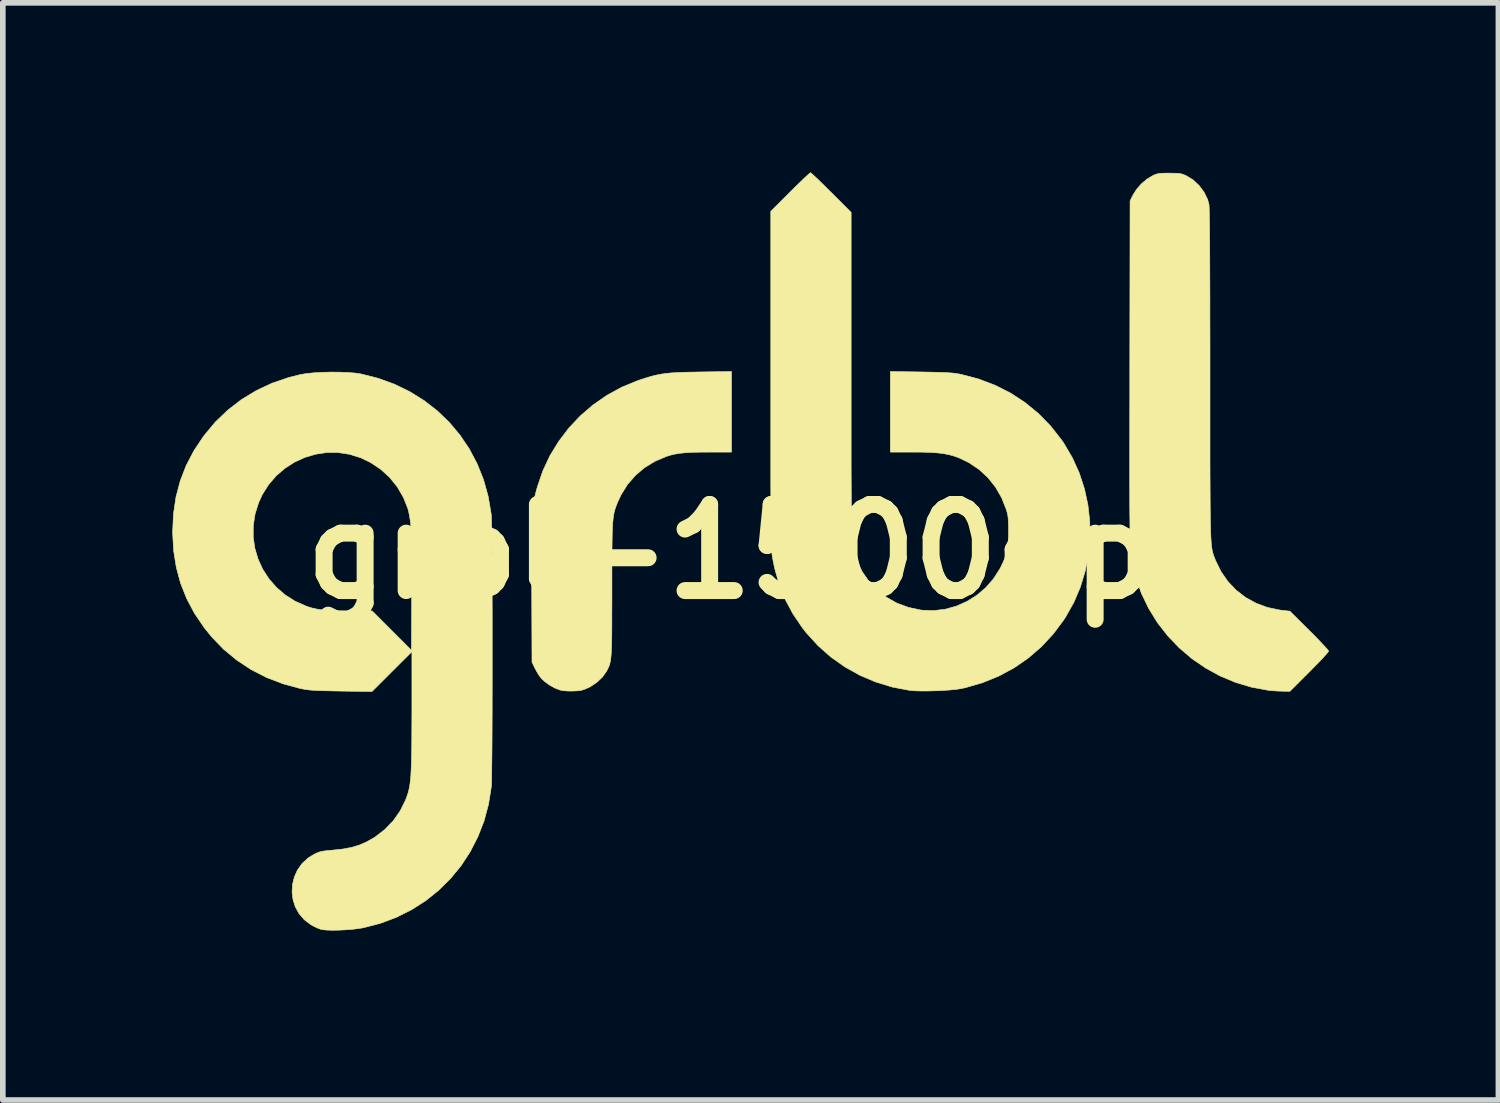
<source format=kicad_pcb>
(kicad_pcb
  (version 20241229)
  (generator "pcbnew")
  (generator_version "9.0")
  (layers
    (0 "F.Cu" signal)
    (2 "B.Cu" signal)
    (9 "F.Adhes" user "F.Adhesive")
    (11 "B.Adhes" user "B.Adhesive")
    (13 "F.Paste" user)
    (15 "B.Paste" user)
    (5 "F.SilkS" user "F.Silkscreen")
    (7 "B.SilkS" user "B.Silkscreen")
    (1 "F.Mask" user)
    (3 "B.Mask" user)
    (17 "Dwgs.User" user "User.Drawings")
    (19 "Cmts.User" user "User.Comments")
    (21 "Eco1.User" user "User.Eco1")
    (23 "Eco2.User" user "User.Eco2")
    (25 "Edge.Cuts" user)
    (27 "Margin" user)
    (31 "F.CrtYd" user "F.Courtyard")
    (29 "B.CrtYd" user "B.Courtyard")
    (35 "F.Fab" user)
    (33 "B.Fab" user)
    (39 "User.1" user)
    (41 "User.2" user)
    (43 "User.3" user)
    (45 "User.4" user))
  (footprint "grbl-1500dpi"
    (layer "F.Cu")
    (at 10.233 6.711)
    (property "Reference" "grbl-1500dpi" (at 0 0 0) (layer "F.SilkS") (effects (font (size 1.524 1.524) (thickness 0.3))))
    (attr through_hole)
    (fp_poly (pts (xy -0.339 -1.761) (xy -0.727 -1.761) (xy -0.895 -1.76) (xy -1.035 -1.757) (xy -1.152 -1.75) (xy -1.251 -1.74) (xy -1.337 -1.726) (xy -1.416 -1.708) (xy -1.492 -1.684) (xy -1.695 -1.598) (xy -1.879 -1.485) (xy -2.041 -1.347) (xy -2.18 -1.186) (xy -2.294 -1.003) (xy -2.355 -0.871) (xy -2.374 -0.824) (xy -2.39 -0.78) (xy -2.404 -0.737) (xy -2.416 -0.692) (xy -2.425 -0.642) (xy -2.433 -0.584) (xy -2.44 -0.516) (xy -2.445 -0.436) (xy -2.449 -0.34) (xy -2.451 -0.226) (xy -2.453 -0.091) (xy -2.454 0.067) (xy -2.455 0.252) (xy -2.455 0.465) (xy -2.455 0.675) (xy -2.455 0.913) (xy -2.456 1.118) (xy -2.456 1.296) (xy -2.457 1.447) (xy -2.459 1.574) (xy -2.462 1.681) (xy -2.465 1.769) (xy -2.47 1.841) (xy -2.476 1.9) (xy -2.484 1.949) (xy -2.494 1.989) (xy -2.505 2.024) (xy -2.519 2.056) (xy -2.534 2.087) (xy -2.552 2.12) (xy -2.622 2.219) (xy -2.718 2.31) (xy -2.83 2.386) (xy -2.875 2.409) (xy -2.939 2.437) (xy -2.996 2.454) (xy -3.058 2.463) (xy -3.141 2.467) (xy -3.231 2.467) (xy -3.312 2.461) (xy -3.372 2.45) (xy -3.465 2.414) (xy -3.562 2.36) (xy -3.649 2.296) (xy -3.704 2.244) (xy -3.743 2.192) (xy -3.785 2.124) (xy -3.816 2.066) (xy -3.869 1.956) (xy -3.874 0.669) (xy -3.875 0.414) (xy -3.876 0.19) (xy -3.876 -0.005) (xy -3.875 -0.174) (xy -3.874 -0.32) (xy -3.872 -0.446) (xy -3.868 -0.554) (xy -3.864 -0.647) (xy -3.858 -0.727) (xy -3.851 -0.798) (xy -3.842 -0.862) (xy -3.831 -0.921) (xy -3.819 -0.979) (xy -3.804 -1.038) (xy -3.787 -1.1) (xy -3.775 -1.144) (xy -3.678 -1.427) (xy -3.552 -1.697) (xy -3.397 -1.95) (xy -3.217 -2.187) (xy -3.013 -2.403) (xy -2.788 -2.597) (xy -2.542 -2.767) (xy -2.28 -2.91) (xy -2.001 -3.025) (xy -1.962 -3.038) (xy -1.858 -3.072) (xy -1.765 -3.1) (xy -1.679 -3.122) (xy -1.594 -3.139) (xy -1.505 -3.152) (xy -1.406 -3.162) (xy -1.292 -3.169) (xy -1.159 -3.174) (xy -0.999 -3.177) (xy -0.893 -3.179) (xy -0.339 -3.187) (xy -0.339 -1.761)) (stroke (width 0.01) (type solid)) (fill yes) (layer "F.SilkS"))
    (fp_poly (pts (xy 7.498 -6.696) (xy 7.562 -6.694) (xy 7.61 -6.687) (xy 7.651 -6.676) (xy 7.694 -6.658) (xy 7.709 -6.651) (xy 7.829 -6.578) (xy 7.935 -6.479) (xy 8.022 -6.363) (xy 8.085 -6.235) (xy 8.109 -6.15) (xy 8.112 -6.126) (xy 8.114 -6.077) (xy 8.116 -6.004) (xy 8.118 -5.907) (xy 8.12 -5.783) (xy 8.122 -5.632) (xy 8.123 -5.454) (xy 8.124 -5.248) (xy 8.125 -5.014) (xy 8.126 -4.749) (xy 8.127 -4.454) (xy 8.127 -4.128) (xy 8.128 -3.769) (xy 8.128 -3.379) (xy 8.128 -3.142) (xy 8.128 -2.765) (xy 8.128 -2.421) (xy 8.128 -2.107) (xy 8.128 -1.822) (xy 8.128 -1.565) (xy 8.129 -1.335) (xy 8.13 -1.128) (xy 8.131 -0.945) (xy 8.132 -0.783) (xy 8.134 -0.64) (xy 8.136 -0.516) (xy 8.138 -0.409) (xy 8.141 -0.317) (xy 8.145 -0.238) (xy 8.149 -0.171) (xy 8.154 -0.115) (xy 8.16 -0.067) (xy 8.166 -0.027) (xy 8.174 0.007) (xy 8.182 0.038) (xy 8.191 0.065) (xy 8.201 0.092) (xy 8.212 0.119) (xy 8.223 0.148) (xy 8.228 0.16) (xy 8.324 0.354) (xy 8.445 0.529) (xy 8.59 0.681) (xy 8.756 0.81) (xy 8.941 0.912) (xy 9.141 0.987) (xy 9.355 1.032) (xy 9.381 1.036) (xy 9.542 1.054) (xy 9.885 1.395) (xy 9.973 1.483) (xy 10.053 1.565) (xy 10.121 1.637) (xy 10.175 1.695) (xy 10.212 1.737) (xy 10.227 1.759) (xy 10.228 1.761) (xy 10.216 1.779) (xy 10.183 1.818) (xy 10.133 1.874) (xy 10.067 1.944) (xy 9.989 2.024) (xy 9.902 2.112) (xy 9.885 2.13) (xy 9.542 2.472) (xy 9.406 2.47) (xy 9.322 2.467) (xy 9.233 2.461) (xy 9.161 2.454) (xy 8.866 2.4) (xy 8.581 2.315) (xy 8.308 2.201) (xy 8.049 2.059) (xy 7.807 1.893) (xy 7.583 1.702) (xy 7.38 1.49) (xy 7.199 1.258) (xy 7.044 1.007) (xy 6.915 0.74) (xy 6.816 0.459) (xy 6.808 0.432) (xy 6.796 0.388) (xy 6.784 0.348) (xy 6.774 0.31) (xy 6.764 0.273) (xy 6.756 0.235) (xy 6.748 0.194) (xy 6.741 0.149) (xy 6.735 0.099) (xy 6.73 0.041) (xy 6.725 -0.025) (xy 6.721 -0.102) (xy 6.718 -0.191) (xy 6.715 -0.293) (xy 6.712 -0.41) (xy 6.711 -0.544) (xy 6.709 -0.695) (xy 6.708 -0.867) (xy 6.708 -1.06) (xy 6.707 -1.275) (xy 6.707 -1.516) (xy 6.707 -1.782) (xy 6.708 -2.075) (xy 6.708 -2.398) (xy 6.709 -2.752) (xy 6.709 -3.137) (xy 6.709 -3.15) (xy 6.714 -6.206) (xy 6.764 -6.308) (xy 6.828 -6.41) (xy 6.915 -6.509) (xy 7.015 -6.593) (xy 7.104 -6.647) (xy 7.149 -6.669) (xy 7.189 -6.683) (xy 7.231 -6.691) (xy 7.285 -6.696) (xy 7.36 -6.697) (xy 7.408 -6.697) (xy 7.498 -6.696)) (stroke (width 0.01) (type solid)) (fill yes) (layer "F.SilkS"))
    (fp_poly (pts (xy 1.074 -6.694) (xy 1.111 -6.661) (xy 1.165 -6.611) (xy 1.234 -6.545) (xy 1.313 -6.467) (xy 1.401 -6.379) (xy 1.427 -6.354) (xy 1.778 -6.003) (xy 1.778 -3.113) (xy 1.778 -2.738) (xy 1.778 -2.395) (xy 1.778 -2.084) (xy 1.778 -1.801) (xy 1.778 -1.546) (xy 1.779 -1.317) (xy 1.78 -1.112) (xy 1.781 -0.93) (xy 1.782 -0.769) (xy 1.784 -0.629) (xy 1.786 -0.506) (xy 1.788 -0.4) (xy 1.792 -0.309) (xy 1.795 -0.231) (xy 1.8 -0.165) (xy 1.805 -0.11) (xy 1.81 -0.063) (xy 1.817 -0.023) (xy 1.824 0.011) (xy 1.833 0.041) (xy 1.842 0.068) (xy 1.852 0.095) (xy 1.863 0.122) (xy 1.875 0.152) (xy 1.878 0.16) (xy 1.974 0.355) (xy 2.095 0.529) (xy 2.24 0.682) (xy 2.407 0.81) (xy 2.591 0.913) (xy 2.793 0.987) (xy 3.008 1.033) (xy 3.042 1.037) (xy 3.247 1.043) (xy 3.449 1.018) (xy 3.645 0.963) (xy 3.832 0.879) (xy 4.005 0.77) (xy 4.162 0.636) (xy 4.298 0.48) (xy 4.411 0.303) (xy 4.428 0.27) (xy 4.479 0.162) (xy 4.516 0.064) (xy 4.541 -0.033) (xy 4.556 -0.138) (xy 4.562 -0.262) (xy 4.564 -0.356) (xy 4.563 -0.462) (xy 4.56 -0.543) (xy 4.555 -0.606) (xy 4.547 -0.659) (xy 4.534 -0.711) (xy 4.524 -0.744) (xy 4.442 -0.952) (xy 4.333 -1.141) (xy 4.199 -1.309) (xy 4.041 -1.454) (xy 3.863 -1.574) (xy 3.687 -1.659) (xy 3.602 -1.69) (xy 3.515 -1.714) (xy 3.421 -1.733) (xy 3.316 -1.746) (xy 3.193 -1.755) (xy 3.046 -1.76) (xy 2.872 -1.761) (xy 2.472 -1.761) (xy 2.472 -3.187) (xy 3.018 -3.179) (xy 3.178 -3.176) (xy 3.307 -3.173) (xy 3.413 -3.17) (xy 3.498 -3.165) (xy 3.568 -3.16) (xy 3.627 -3.153) (xy 3.679 -3.145) (xy 3.725 -3.136) (xy 4.035 -3.054) (xy 4.327 -2.943) (xy 4.602 -2.804) (xy 4.857 -2.637) (xy 5.093 -2.443) (xy 5.308 -2.223) (xy 5.501 -1.977) (xy 5.541 -1.919) (xy 5.692 -1.663) (xy 5.814 -1.394) (xy 5.906 -1.114) (xy 5.968 -0.827) (xy 6.001 -0.534) (xy 6.004 -0.24) (xy 5.977 0.052) (xy 5.921 0.341) (xy 5.836 0.623) (xy 5.721 0.895) (xy 5.576 1.153) (xy 5.541 1.207) (xy 5.354 1.458) (xy 5.144 1.684) (xy 4.912 1.884) (xy 4.661 2.057) (xy 4.392 2.202) (xy 4.105 2.319) (xy 3.803 2.407) (xy 3.725 2.424) (xy 3.641 2.437) (xy 3.531 2.448) (xy 3.405 2.457) (xy 3.27 2.463) (xy 3.134 2.466) (xy 3.007 2.466) (xy 2.897 2.463) (xy 2.812 2.455) (xy 2.811 2.455) (xy 2.506 2.397) (xy 2.212 2.307) (xy 1.932 2.188) (xy 1.667 2.04) (xy 1.419 1.865) (xy 1.192 1.664) (xy 0.986 1.438) (xy 0.914 1.346) (xy 0.747 1.099) (xy 0.611 0.845) (xy 0.504 0.578) (xy 0.424 0.294) (xy 0.389 0.121) (xy 0.385 0.096) (xy 0.381 0.071) (xy 0.377 0.043) (xy 0.374 0.012) (xy 0.371 -0.025) (xy 0.369 -0.068) (xy 0.367 -0.12) (xy 0.365 -0.181) (xy 0.363 -0.255) (xy 0.362 -0.341) (xy 0.36 -0.442) (xy 0.359 -0.559) (xy 0.358 -0.695) (xy 0.358 -0.849) (xy 0.357 -1.025) (xy 0.356 -1.223) (xy 0.356 -1.445) (xy 0.356 -1.693) (xy 0.356 -1.969) (xy 0.356 -2.273) (xy 0.356 -2.607) (xy 0.356 -2.974) (xy 0.356 -6.02) (xy 0.699 -6.363) (xy 0.787 -6.451) (xy 0.869 -6.531) (xy 0.939 -6.599) (xy 0.997 -6.653) (xy 1.037 -6.689) (xy 1.057 -6.705) (xy 1.059 -6.706) (xy 1.074 -6.694)) (stroke (width 0.01) (type solid)) (fill yes) (layer "F.SilkS"))
    (fp_poly (pts (xy -7.261 -3.175) (xy -7.115 -3.169) (xy -6.987 -3.158) (xy -6.9 -3.145) (xy -6.594 -3.068) (xy -6.304 -2.963) (xy -6.031 -2.83) (xy -5.777 -2.672) (xy -5.543 -2.49) (xy -5.331 -2.286) (xy -5.142 -2.06) (xy -4.977 -1.815) (xy -4.839 -1.553) (xy -4.727 -1.274) (xy -4.645 -0.98) (xy -4.593 -0.674) (xy -4.589 -0.641) (xy -4.587 -0.601) (xy -4.585 -0.529) (xy -4.583 -0.429) (xy -4.581 -0.303) (xy -4.579 -0.152) (xy -4.578 0.02) (xy -4.576 0.21) (xy -4.575 0.418) (xy -4.574 0.639) (xy -4.574 0.871) (xy -4.573 1.113) (xy -4.573 1.361) (xy -4.573 1.613) (xy -4.573 1.866) (xy -4.573 2.118) (xy -4.573 2.367) (xy -4.574 2.61) (xy -4.574 2.844) (xy -4.575 3.067) (xy -4.576 3.277) (xy -4.577 3.471) (xy -4.579 3.646) (xy -4.581 3.801) (xy -4.582 3.931) (xy -4.584 4.036) (xy -4.586 4.113) (xy -4.589 4.158) (xy -4.589 4.163) (xy -4.638 4.47) (xy -4.717 4.765) (xy -4.826 5.045) (xy -4.962 5.31) (xy -5.123 5.557) (xy -5.31 5.785) (xy -5.519 5.992) (xy -5.75 6.177) (xy -6.001 6.337) (xy -6.27 6.472) (xy -6.556 6.579) (xy -6.858 6.657) (xy -6.858 6.657) (xy -6.952 6.672) (xy -7.062 6.685) (xy -7.179 6.693) (xy -7.297 6.699) (xy -7.407 6.7) (xy -7.504 6.697) (xy -7.578 6.689) (xy -7.606 6.683) (xy -7.664 6.662) (xy -7.733 6.629) (xy -7.781 6.603) (xy -7.898 6.514) (xy -7.99 6.408) (xy -8.057 6.288) (xy -8.098 6.159) (xy -8.115 6.024) (xy -8.107 5.889) (xy -8.074 5.757) (xy -8.018 5.632) (xy -7.937 5.519) (xy -7.833 5.422) (xy -7.72 5.353) (xy -7.667 5.329) (xy -7.618 5.311) (xy -7.564 5.3) (xy -7.494 5.291) (xy -7.403 5.283) (xy -7.223 5.264) (xy -7.067 5.235) (xy -6.928 5.194) (xy -6.799 5.138) (xy -6.67 5.065) (xy -6.649 5.052) (xy -6.476 4.92) (xy -6.326 4.765) (xy -6.202 4.589) (xy -6.106 4.395) (xy -6.064 4.279) (xy -6.051 4.23) (xy -6.039 4.177) (xy -6.029 4.116) (xy -6.02 4.046) (xy -6.013 3.963) (xy -6.008 3.865) (xy -6.003 3.749) (xy -6 3.612) (xy -5.997 3.452) (xy -5.996 3.267) (xy -5.995 3.053) (xy -5.994 2.809) (xy -5.994 2.786) (xy -5.994 1.77) (xy -6.348 2.123) (xy -6.701 2.476) (xy -7.249 2.468) (xy -7.406 2.465) (xy -7.534 2.462) (xy -7.637 2.459) (xy -7.72 2.455) (xy -7.789 2.45) (xy -7.846 2.444) (xy -7.898 2.436) (xy -7.949 2.426) (xy -7.967 2.423) (xy -8.276 2.339) (xy -8.568 2.227) (xy -8.841 2.087) (xy -9.095 1.919) (xy -9.329 1.725) (xy -9.542 1.504) (xy -9.669 1.346) (xy -9.841 1.093) (xy -9.98 0.831) (xy -10.088 0.559) (xy -10.164 0.276) (xy -10.211 -0.02) (xy -10.224 -0.26) (xy -8.802 -0.26) (xy -8.774 -0.061) (xy -8.717 0.13) (xy -8.634 0.312) (xy -8.525 0.48) (xy -8.392 0.633) (xy -8.237 0.766) (xy -8.061 0.878) (xy -7.864 0.965) (xy -7.842 0.973) (xy -7.765 0.997) (xy -7.686 1.015) (xy -7.599 1.029) (xy -7.499 1.039) (xy -7.381 1.046) (xy -7.24 1.049) (xy -7.081 1.05) (xy -6.697 1.05) (xy -6.35 1.397) (xy -6.003 1.744) (xy -5.998 0.749) (xy -5.997 0.536) (xy -5.997 0.335) (xy -5.998 0.15) (xy -5.999 -0.017) (xy -6.001 -0.163) (xy -6.004 -0.283) (xy -6.007 -0.376) (xy -6.01 -0.439) (xy -6.011 -0.443) (xy -6.021 -0.535) (xy -6.036 -0.63) (xy -6.053 -0.712) (xy -6.064 -0.756) (xy -6.144 -0.958) (xy -6.252 -1.144) (xy -6.386 -1.31) (xy -6.544 -1.455) (xy -6.723 -1.575) (xy -6.899 -1.66) (xy -7.098 -1.722) (xy -7.3 -1.753) (xy -7.502 -1.753) (xy -7.7 -1.723) (xy -7.892 -1.666) (xy -8.074 -1.582) (xy -8.243 -1.473) (xy -8.396 -1.341) (xy -8.529 -1.186) (xy -8.641 -1.01) (xy -8.705 -0.871) (xy -8.769 -0.668) (xy -8.801 -0.463) (xy -8.802 -0.26) (xy -10.224 -0.26) (xy -10.228 -0.332) (xy -10.228 -0.356) (xy -10.213 -0.669) (xy -10.169 -0.966) (xy -10.094 -1.25) (xy -9.989 -1.523) (xy -9.852 -1.785) (xy -9.683 -2.039) (xy -9.669 -2.057) (xy -9.471 -2.295) (xy -9.25 -2.506) (xy -9.01 -2.691) (xy -8.749 -2.849) (xy -8.47 -2.98) (xy -8.172 -3.082) (xy -7.959 -3.135) (xy -7.852 -3.152) (xy -7.72 -3.165) (xy -7.572 -3.173) (xy -7.416 -3.177) (xy -7.261 -3.175)) (stroke (width 0.01) (type solid)) (fill yes) (layer "F.SilkS")))
  (gr_rect
    (start -3 -3)
    (end 23.465 16.415)
    (stroke (width 0.1) (type default))
    (fill no)
    (layer "Edge.Cuts")))
</source>
